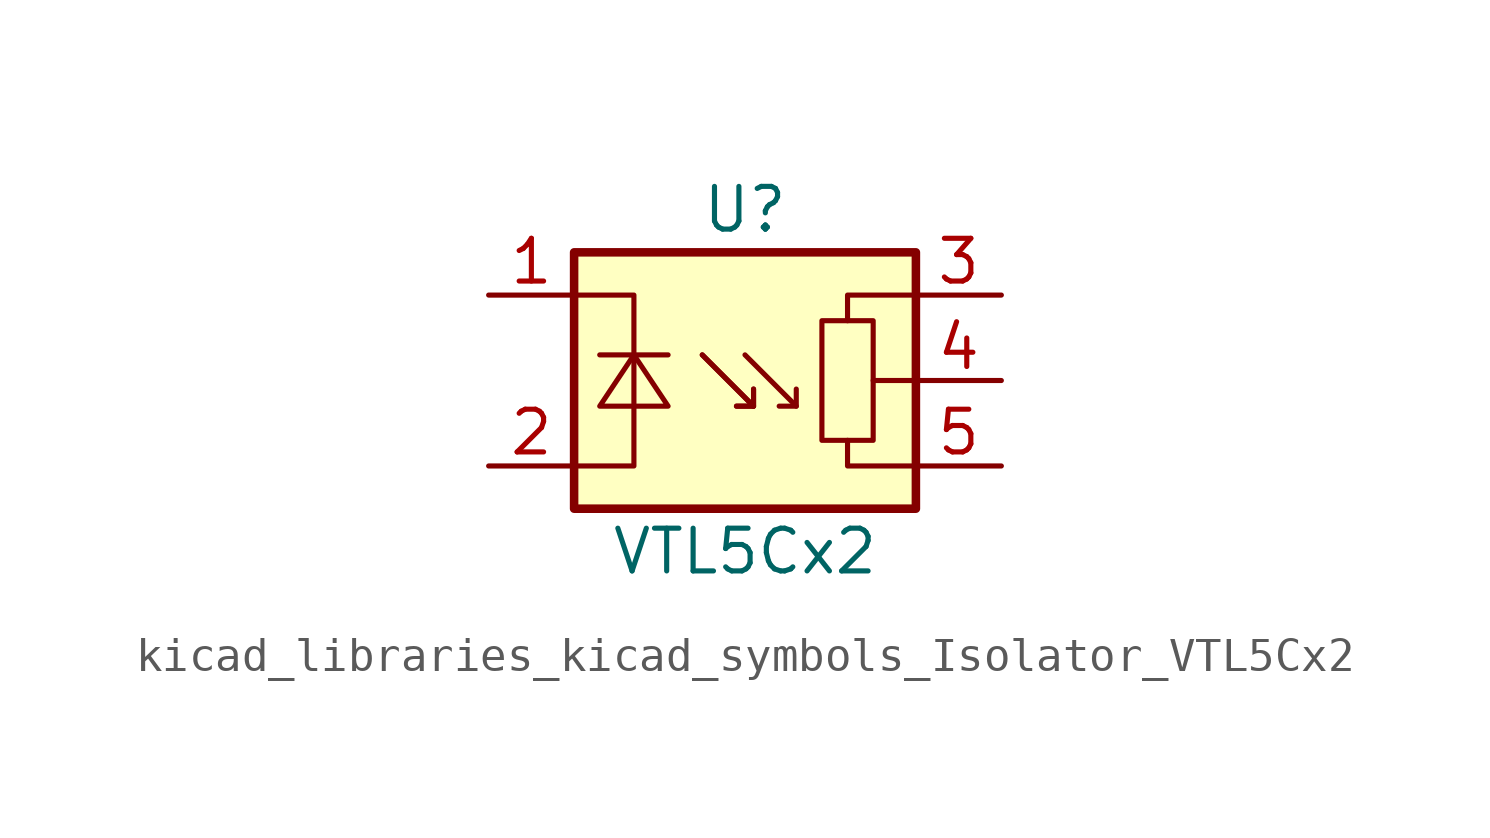
<source format=kicad_sym>
(kicad_symbol_lib
  (version 20220914)
  (generator kicad_symbol_editor)
  (symbol "kicad_libraries_kicad_symbols_Isolator_VTL5Cx2"
    (pin_names
      (offset 1.016) hide)
    (property "Reference" "U"
      (at 0 5.08 0)
      (effects (font (size 1.27 1.27))))
    (property "Value" "VTL5Cx2"
      (at 0 -5.08 0)
      (effects (font (size 1.27 1.27))))
    (symbol "kicad_libraries_kicad_symbols_Isolator_VTL5Cx2_0_1"
      (rectangle (start -5.08 3.81) (end 5.08 -3.81) (stroke (width 0.254) (type default)) (fill (type background)))
      (polyline (pts (xy -4.318 0.762) (xy -2.286 0.762)) (stroke (width 0) (type default)) (fill (type none)))
      (polyline (pts (xy -1.27 0.762) (xy 0.254 -0.762)) (stroke (width 0) (type default)) (fill (type none)))
      (polyline (pts (xy -1.27 0.762) (xy 0.254 -0.762)) (stroke (width 0) (type default)) (fill (type none)))
      (polyline (pts (xy 0 0.762) (xy 1.524 -0.762)) (stroke (width 0) (type default)) (fill (type none)))
      (polyline (pts (xy 5.08 0) (xy 3.81 0)) (stroke (width 0) (type default)) (fill (type none)))
      (polyline (pts (xy 0.254 -0.254) (xy 0.254 -0.762) (xy -0.254 -0.762)) (stroke (width 0) (type default)) (fill (type none)))
      (polyline (pts (xy 0.254 -0.254) (xy 0.254 -0.762) (xy -0.254 -0.762)) (stroke (width 0) (type default)) (fill (type none)))
      (polyline (pts (xy 1.524 -0.254) (xy 1.524 -0.762) (xy 1.016 -0.762)) (stroke (width 0) (type default)) (fill (type none)))
      (polyline (pts (xy 3.048 -1.778) (xy 3.048 -2.54) (xy 5.08 -2.54)) (stroke (width 0) (type default)) (fill (type none)))
      (polyline (pts (xy 3.048 1.778) (xy 3.048 2.54) (xy 5.08 2.54)) (stroke (width 0) (type default)) (fill (type none)))
      (polyline (pts (xy -5.08 -2.54) (xy -3.302 -2.54) (xy -3.302 2.54) (xy -5.08 2.54)) (stroke (width 0) (type default)) (fill (type none)))
      (rectangle (start 2.286 1.778) (end 3.81 -1.778) (stroke (width 0) (type default)) (fill (type none))))
    (symbol "kicad_libraries_kicad_symbols_Isolator_VTL5Cx2_1_1"
      (polyline (pts (xy -4.318 -0.762) (xy -3.302 0.762) (xy -2.286 -0.762) (xy -4.318 -0.762)) (stroke (width 0) (type default)) (fill (type none)))
      (pin passive line (at -7.62 2.54 0) (length 2.54) (name "-" (effects (font (size 1.27 1.27)))) (number "1" (effects (font (size 1.27 1.27)))))
      (pin passive line (at -7.62 -2.54 0) (length 2.54) (name "+" (effects (font (size 1.27 1.27)))) (number "2" (effects (font (size 1.27 1.27)))))
      (pin passive line (at 7.62 2.54 180) (length 2.54) (name "~" (effects (font (size 1.27 1.27)))) (number "3" (effects (font (size 1.27 1.27)))))
      (pin passive line (at 7.62 0 180) (length 2.54) (name "~" (effects (font (size 1.27 1.27)))) (number "4" (effects (font (size 1.27 1.27)))))
      (pin passive line (at 7.62 -2.54 180) (length 2.54) (name "~" (effects (font (size 1.27 1.27)))) (number "5" (effects (font (size 1.27 1.27))))))))
</source>
